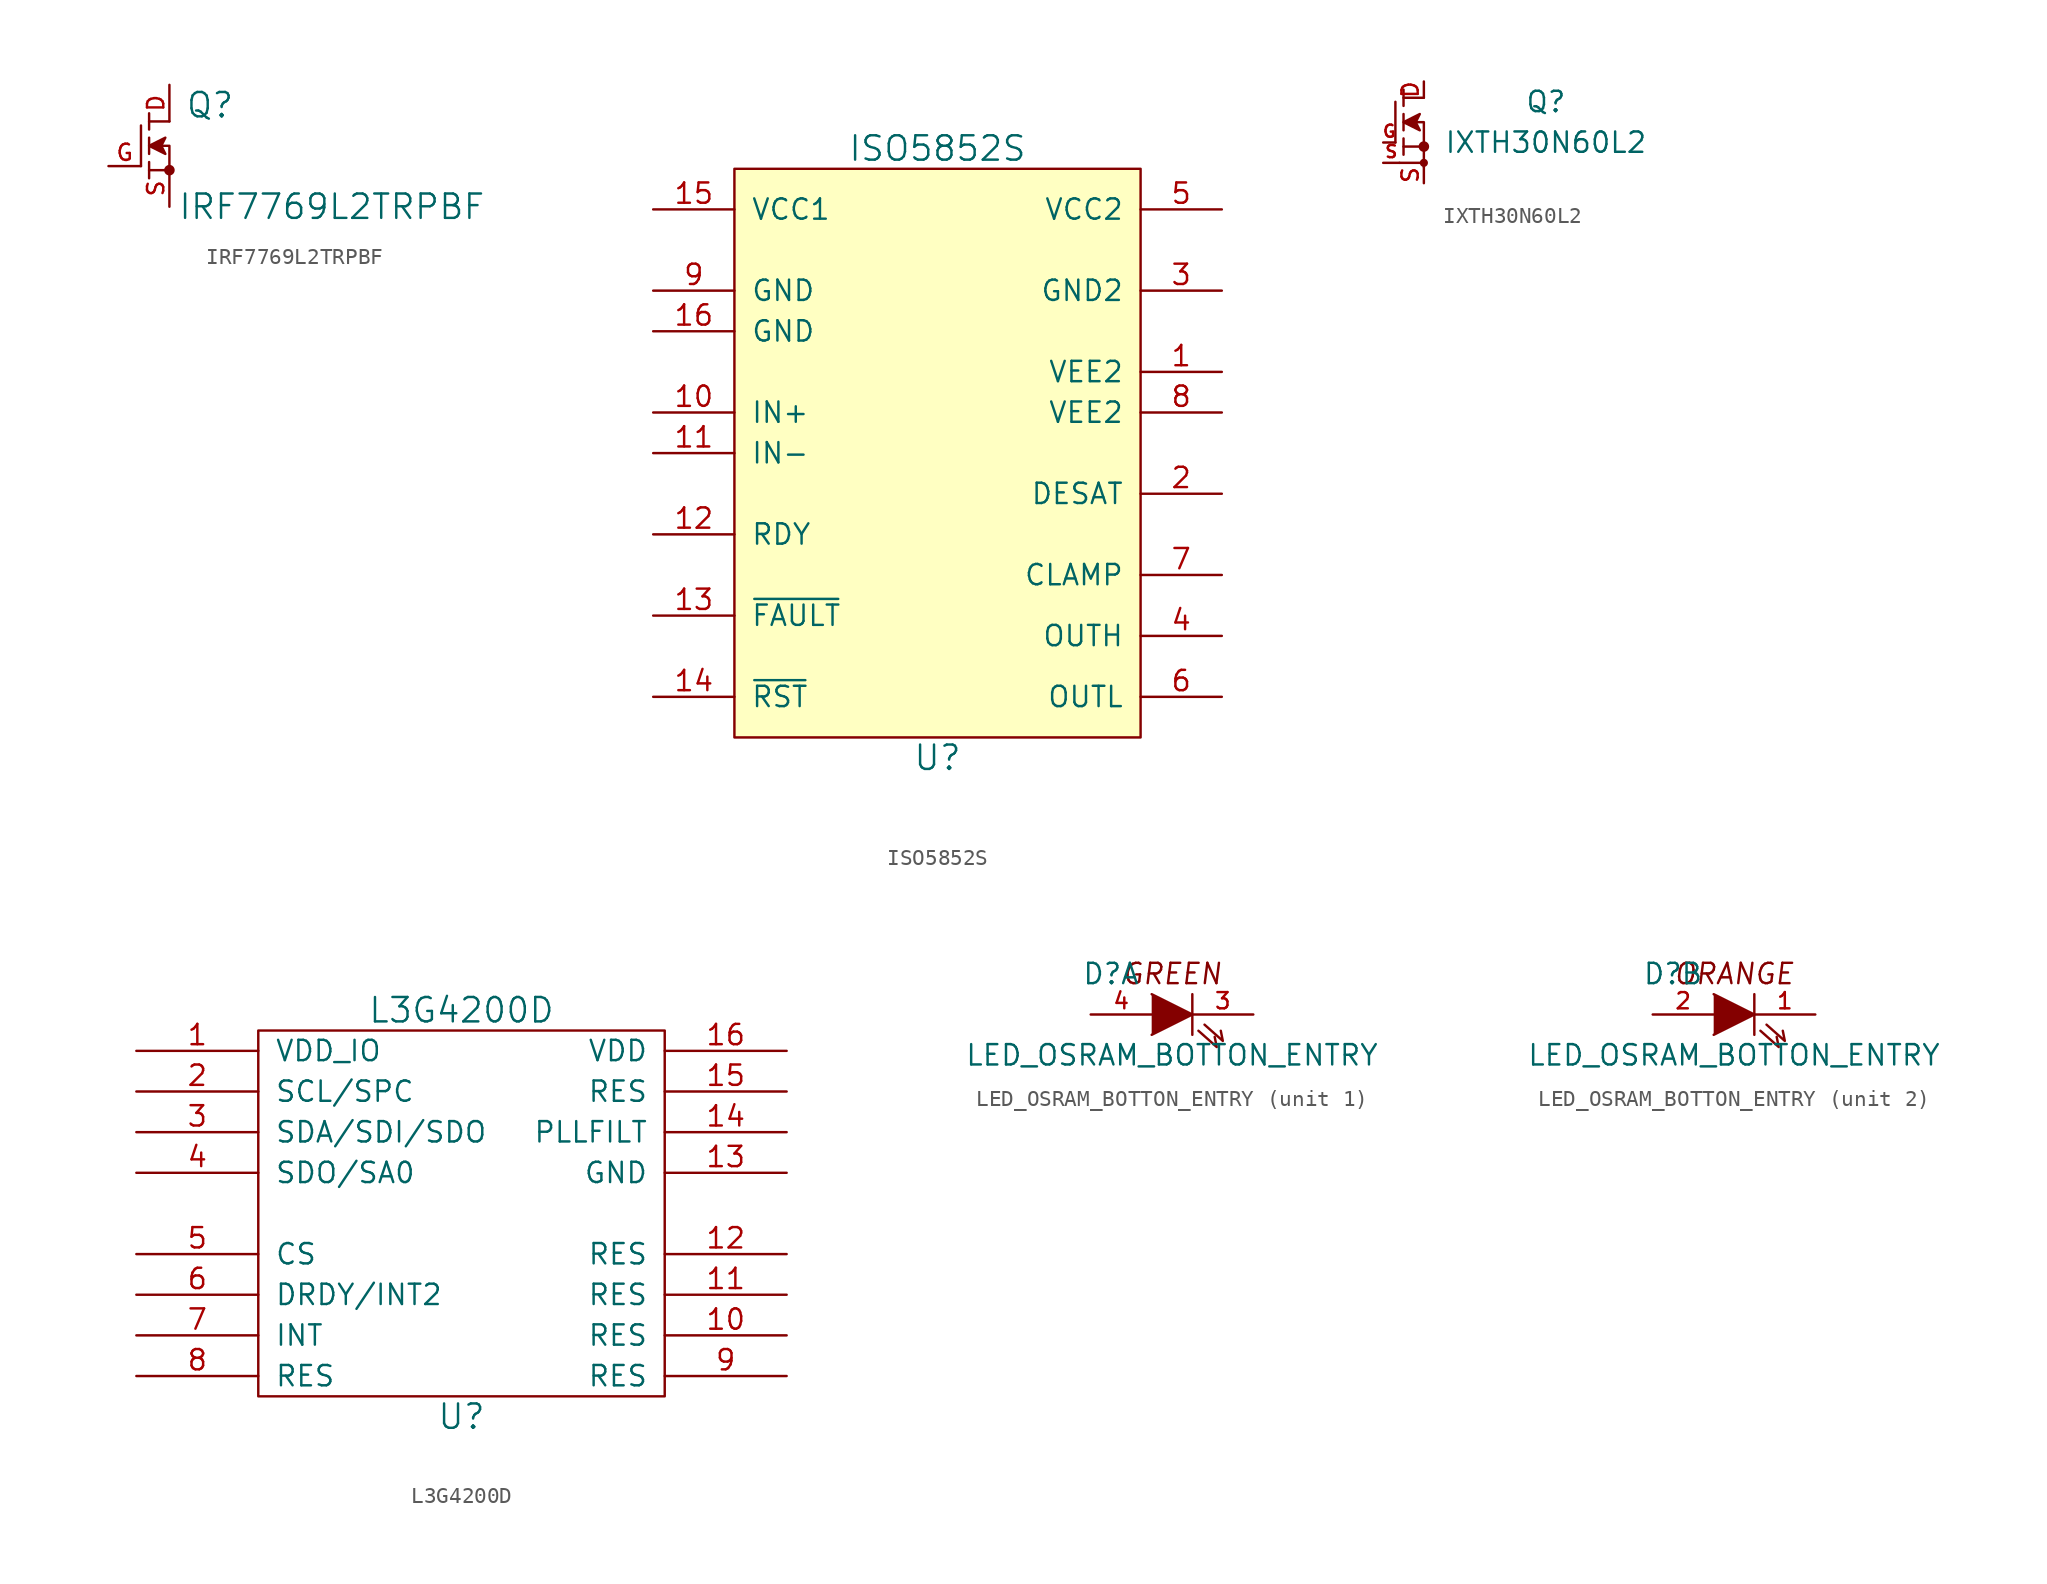
<source format=kicad_sym>
(kicad_symbol_lib
  (version 20211014)
  (generator kicad_symbol_editor)
  (symbol "IRF7769L2TRPBF"
    (pin_names
      (offset 1.016))
    (property "Reference" "Q"
      (at 2.54 3.81 0)
      (effects (font (size 1.524 1.524))))
    (property "Value" "IRF7769L2TRPBF"
      (at 10.16 -2.54 0)
      (effects (font (size 1.524 1.524))))
    (symbol "IRF7769L2TRPBF_1_1"
      (circle (center 0 -0.254) (radius 0.254) (stroke (width 0) (type default) (color 0 0 0 0)) (fill (type outline)))
      (polyline (pts (xy -1.778 2.54) (xy -1.778 0)) (stroke (width 0) (type default) (color 0 0 0 0)) (fill (type none)))
      (polyline (pts (xy -1.27 -0.254) (xy 0 -0.254)) (stroke (width 0) (type default) (color 0 0 0 0)) (fill (type none)))
      (polyline (pts (xy -1.27 0.254) (xy -1.27 -0.762)) (stroke (width 0) (type default) (color 0 0 0 0)) (fill (type none)))
      (polyline (pts (xy -1.27 0.762) (xy -1.27 1.778)) (stroke (width 0) (type default) (color 0 0 0 0)) (fill (type none)))
      (polyline (pts (xy -1.27 2.286) (xy -1.27 3.302)) (stroke (width 0) (type default) (color 0 0 0 0)) (fill (type none)))
      (polyline (pts (xy -1.27 2.794) (xy 0 2.794)) (stroke (width 0) (type default) (color 0 0 0 0)) (fill (type none)))
      (polyline (pts (xy -0.508 1.27) (xy 0 1.27) (xy 0 -0.254)) (stroke (width 0) (type default) (color 0 0 0 0)) (fill (type none)))
      (polyline (pts (xy -1.27 1.27) (xy -0.254 1.778) (xy -0.508 1.27) (xy -0.254 0.762) (xy -1.27 1.27)) (stroke (width 0) (type default) (color 0 0 0 0)) (fill (type outline)))
      (pin passive line (at 0 5.08 270) (length 2.286) (name "D" (effects (font (size 0 0)))) (number "D" (effects (font (size 1.016 1.016)))))
      (pin passive line (at -3.81 0 0) (length 2.032) (name "G" (effects (font (size 0 0)))) (number "G" (effects (font (size 1.016 1.016)))))
      (pin passive line (at 0 -2.54 90) (length 2.286) (name "S" (effects (font (size 0 0)))) (number "S" (effects (font (size 1.016 1.016)))))))
  (symbol "ISO5852S"
    (pin_names
      (offset 1.016))
    (property "Reference" "U"
      (at 0 -19.05 0)
      (effects (font (size 1.524 1.524))))
    (property "Value" "ISO5852S"
      (at 0 19.05 0)
      (effects (font (size 1.524 1.524))))
    (symbol "ISO5852S_0_1"
      (rectangle (start -12.7 17.78) (end 12.7 -17.78) (stroke (width 0) (type default) (color 0 0 0 0)) (fill (type background))))
    (symbol "ISO5852S_1_1"
      (pin input line (at 17.78 5.08 180) (length 5.08) (name "VEE2" (effects (font (size 1.27 1.27)))) (number "1" (effects (font (size 1.27 1.27)))))
      (pin input line (at -17.78 2.54 0) (length 5.08) (name "IN+" (effects (font (size 1.27 1.27)))) (number "10" (effects (font (size 1.27 1.27)))))
      (pin input line (at -17.78 0 0) (length 5.08) (name "IN-" (effects (font (size 1.27 1.27)))) (number "11" (effects (font (size 1.27 1.27)))))
      (pin open_collector line (at -17.78 -5.08 0) (length 5.08) (name "RDY" (effects (font (size 1.27 1.27)))) (number "12" (effects (font (size 1.27 1.27)))))
      (pin open_collector line (at -17.78 -10.16 0) (length 5.08) (name "~{FAULT}" (effects (font (size 1.27 1.27)))) (number "13" (effects (font (size 1.27 1.27)))))
      (pin input line (at -17.78 -15.24 0) (length 5.08) (name "~{RST}" (effects (font (size 1.27 1.27)))) (number "14" (effects (font (size 1.27 1.27)))))
      (pin input line (at -17.78 15.24 0) (length 5.08) (name "VCC1" (effects (font (size 1.27 1.27)))) (number "15" (effects (font (size 1.27 1.27)))))
      (pin input line (at -17.78 7.62 0) (length 5.08) (name "GND" (effects (font (size 1.27 1.27)))) (number "16" (effects (font (size 1.27 1.27)))))
      (pin input line (at 17.78 -2.54 180) (length 5.08) (name "DESAT" (effects (font (size 1.27 1.27)))) (number "2" (effects (font (size 1.27 1.27)))))
      (pin input line (at 17.78 10.16 180) (length 5.08) (name "GND2" (effects (font (size 1.27 1.27)))) (number "3" (effects (font (size 1.27 1.27)))))
      (pin output line (at 17.78 -11.43 180) (length 5.08) (name "OUTH" (effects (font (size 1.27 1.27)))) (number "4" (effects (font (size 1.27 1.27)))))
      (pin input line (at 17.78 15.24 180) (length 5.08) (name "VCC2" (effects (font (size 1.27 1.27)))) (number "5" (effects (font (size 1.27 1.27)))))
      (pin output line (at 17.78 -15.24 180) (length 5.08) (name "OUTL" (effects (font (size 1.27 1.27)))) (number "6" (effects (font (size 1.27 1.27)))))
      (pin input line (at 17.78 -7.62 180) (length 5.08) (name "CLAMP" (effects (font (size 1.27 1.27)))) (number "7" (effects (font (size 1.27 1.27)))))
      (pin input line (at 17.78 2.54 180) (length 5.08) (name "VEE2" (effects (font (size 1.27 1.27)))) (number "8" (effects (font (size 1.27 1.27)))))
      (pin input line (at -17.78 10.16 0) (length 5.08) (name "GND" (effects (font (size 1.27 1.27)))) (number "9" (effects (font (size 1.27 1.27)))))))
  (symbol "IXTH30N60L2"
    (pin_names
      (offset 0) hide)
    (property "Reference" "Q"
      (at 8.89 1.27 0)
      (effects (font (size 1.27 1.27))))
    (property "Value" "IXTH30N60L2"
      (at 8.89 -1.27 0)
      (effects (font (size 1.27 1.27))))
    (symbol "IXTH30N60L2_0_1"
      (polyline (pts (xy -0.508 1.27) (xy -0.508 -1.27)) (stroke (width 0) (type default) (color 0 0 0 0)) (fill (type none)))
      (polyline (pts (xy -0.254 -2.54) (xy 1.27 -2.54)) (stroke (width 0) (type default) (color 0 0 0 0)) (fill (type none)))
      (polyline (pts (xy 0 -1.524) (xy 1.27 -1.524)) (stroke (width 0) (type default) (color 0 0 0 0)) (fill (type none)))
      (polyline (pts (xy 0 -1.016) (xy 0 -2.032)) (stroke (width 0) (type default) (color 0 0 0 0)) (fill (type none)))
      (polyline (pts (xy 0 -0.508) (xy 0 0.508)) (stroke (width 0) (type default) (color 0 0 0 0)) (fill (type none)))
      (polyline (pts (xy 0 1.016) (xy 0 2.032)) (stroke (width 0) (type default) (color 0 0 0 0)) (fill (type none)))
      (polyline (pts (xy 0 1.524) (xy 1.27 1.524)) (stroke (width 0) (type default) (color 0 0 0 0)) (fill (type none)))
      (polyline (pts (xy 1.27 -2.54) (xy 1.27 -2.54)) (stroke (width 0) (type default) (color 0 0 0 0)) (fill (type none)))
      (polyline (pts (xy 1.27 -2.54) (xy 1.27 -2.54)) (stroke (width 0.508) (type default) (color 0 0 0 0)) (fill (type none)))
      (polyline (pts (xy 1.27 -1.524) (xy 1.27 -2.794)) (stroke (width 0) (type default) (color 0 0 0 0)) (fill (type none)))
      (polyline (pts (xy 0.762 0) (xy 1.27 0) (xy 1.27 -1.524)) (stroke (width 0) (type default) (color 0 0 0 0)) (fill (type none)))
      (polyline (pts (xy 0 0) (xy 1.016 0.508) (xy 0.762 0) (xy 1.016 -0.508) (xy 0 0)) (stroke (width 0) (type default) (color 0 0 0 0)) (fill (type outline)))
      (circle (center 1.27 -1.524) (radius 0.254) (stroke (width 0) (type default) (color 0 0 0 0)) (fill (type outline))))
    (symbol "IXTH30N60L2_1_1"
      (pin passive line (at 1.27 2.54 270) (length 1.016) (name "D" (effects (font (size 1.27 1.27)))) (number "D" (effects (font (size 1.016 1.016)))))
      (pin passive line (at -1.27 -1.27 0) (length 0.762) (name "G" (effects (font (size 1.016 1.016)))) (number "G" (effects (font (size 0.762 0.762)))))
      (pin passive line (at -1.27 -2.54 0) (length 1.016) (name "S" (effects (font (size 1.27 1.27)))) (number "S" (effects (font (size 0.762 0.762)))))
      (pin passive line (at 1.27 -3.81 90) (length 1.016) (name "S" (effects (font (size 1.27 1.27)))) (number "S" (effects (font (size 1.016 1.016)))))))
  (symbol "L3G4200D"
    (pin_names
      (offset 1.016))
    (property "Reference" "U"
      (at 0 -12.7 0)
      (effects (font (size 1.524 1.524))))
    (property "Value" "L3G4200D"
      (at 0 12.7 0)
      (effects (font (size 1.524 1.524))))
    (property "Footprint" ""
      (at 0 0 0)
      (effects (font (size 1.524 1.524))))
    (property "Datasheet" ""
      (at 0 0 0)
      (effects (font (size 1.524 1.524))))
    (symbol "L3G4200D_0_1"
      (rectangle (start 12.7 -11.43) (end -12.7 11.43) (stroke (width 0) (type default) (color 0 0 0 0)) (fill (type none))))
    (symbol "L3G4200D_1_1"
      (pin input line (at -20.32 10.16 0) (length 7.62) (name "VDD_IO" (effects (font (size 1.27 1.27)))) (number "1" (effects (font (size 1.27 1.27)))))
      (pin input line (at 20.32 -7.62 180) (length 7.62) (name "RES" (effects (font (size 1.27 1.27)))) (number "10" (effects (font (size 1.27 1.27)))))
      (pin input line (at 20.32 -5.08 180) (length 7.62) (name "RES" (effects (font (size 1.27 1.27)))) (number "11" (effects (font (size 1.27 1.27)))))
      (pin input line (at 20.32 -2.54 180) (length 7.62) (name "RES" (effects (font (size 1.27 1.27)))) (number "12" (effects (font (size 1.27 1.27)))))
      (pin input line (at 20.32 2.54 180) (length 7.62) (name "GND" (effects (font (size 1.27 1.27)))) (number "13" (effects (font (size 1.27 1.27)))))
      (pin input line (at 20.32 5.08 180) (length 7.62) (name "PLLFILT" (effects (font (size 1.27 1.27)))) (number "14" (effects (font (size 1.27 1.27)))))
      (pin input line (at 20.32 7.62 180) (length 7.62) (name "RES" (effects (font (size 1.27 1.27)))) (number "15" (effects (font (size 1.27 1.27)))))
      (pin input line (at 20.32 10.16 180) (length 7.62) (name "VDD" (effects (font (size 1.27 1.27)))) (number "16" (effects (font (size 1.27 1.27)))))
      (pin input line (at -20.32 7.62 0) (length 7.62) (name "SCL/SPC" (effects (font (size 1.27 1.27)))) (number "2" (effects (font (size 1.27 1.27)))))
      (pin input line (at -20.32 5.08 0) (length 7.62) (name "SDA/SDI/SDO" (effects (font (size 1.27 1.27)))) (number "3" (effects (font (size 1.27 1.27)))))
      (pin input line (at -20.32 2.54 0) (length 7.62) (name "SDO/SA0" (effects (font (size 1.27 1.27)))) (number "4" (effects (font (size 1.27 1.27)))))
      (pin input line (at -20.32 -2.54 0) (length 7.62) (name "CS" (effects (font (size 1.27 1.27)))) (number "5" (effects (font (size 1.27 1.27)))))
      (pin input line (at -20.32 -5.08 0) (length 7.62) (name "DRDY/INT2" (effects (font (size 1.27 1.27)))) (number "6" (effects (font (size 1.27 1.27)))))
      (pin input line (at -20.32 -7.62 0) (length 7.62) (name "INT" (effects (font (size 1.27 1.27)))) (number "7" (effects (font (size 1.27 1.27)))))
      (pin input line (at -20.32 -10.16 0) (length 7.62) (name "RES" (effects (font (size 1.27 1.27)))) (number "8" (effects (font (size 1.27 1.27)))))
      (pin input line (at 20.32 -10.16 180) (length 7.62) (name "RES" (effects (font (size 1.27 1.27)))) (number "9" (effects (font (size 1.27 1.27)))))))
  (symbol "LED_OSRAM_BOTTON_ENTRY"
    (pin_names
      (offset 1.016) hide)
    (property "Reference" "D"
      (at -3.81 2.54 0)
      (effects (font (size 1.27 1.27))))
    (property "Value" "LED_OSRAM_BOTTON_ENTRY"
      (at 0 -2.54 0)
      (effects (font (size 1.27 1.27))))
    (property "Footprint" ""
      (at 0 0 0)
      (effects (font (size 1.524 1.524))))
    (property "Datasheet" ""
      (at 0 0 0)
      (effects (font (size 1.524 1.524))))
    (symbol "LED_OSRAM_BOTTON_ENTRY_0_1"
      (polyline (pts (xy 1.27 1.27) (xy 1.27 -1.27)) (stroke (width 0) (type default) (color 0 0 0 0)) (fill (type none)))
      (polyline (pts (xy -1.27 1.27) (xy 1.27 0) (xy -1.27 -1.27)) (stroke (width 0) (type default) (color 0 0 0 0)) (fill (type outline)))
      (polyline (pts (xy 1.651 -1.016) (xy 2.794 -2.032) (xy 2.667 -1.397)) (stroke (width 0) (type default) (color 0 0 0 0)) (fill (type none)))
      (polyline (pts (xy 2.032 -0.635) (xy 3.175 -1.651) (xy 3.048 -1.016)) (stroke (width 0) (type default) (color 0 0 0 0)) (fill (type none))))
    (symbol "LED_OSRAM_BOTTON_ENTRY_1_0"
      (text "GREEN" (at 0 2.54 0) (effects (font (size 1.27 1.27) italic))))
    (symbol "LED_OSRAM_BOTTON_ENTRY_1_1"
      (pin passive line (at 5.08 0 180) (length 3.81) (name "K" (effects (font (size 1.016 1.016)))) (number "3" (effects (font (size 1.016 1.016)))))
      (pin passive line (at -5.08 0 0) (length 3.81) (name "A" (effects (font (size 1.016 1.016)))) (number "4" (effects (font (size 1.016 1.016))))))
    (symbol "LED_OSRAM_BOTTON_ENTRY_2_0"
      (text "ORANGE" (at 0 2.54 0) (effects (font (size 1.27 1.27) italic))))
    (symbol "LED_OSRAM_BOTTON_ENTRY_2_1"
      (pin passive line (at 5.08 0 180) (length 3.81) (name "K" (effects (font (size 1.016 1.016)))) (number "1" (effects (font (size 1.016 1.016)))))
      (pin passive line (at -5.08 0 0) (length 3.81) (name "A" (effects (font (size 1.016 1.016)))) (number "2" (effects (font (size 1.016 1.016))))))))
</source>
